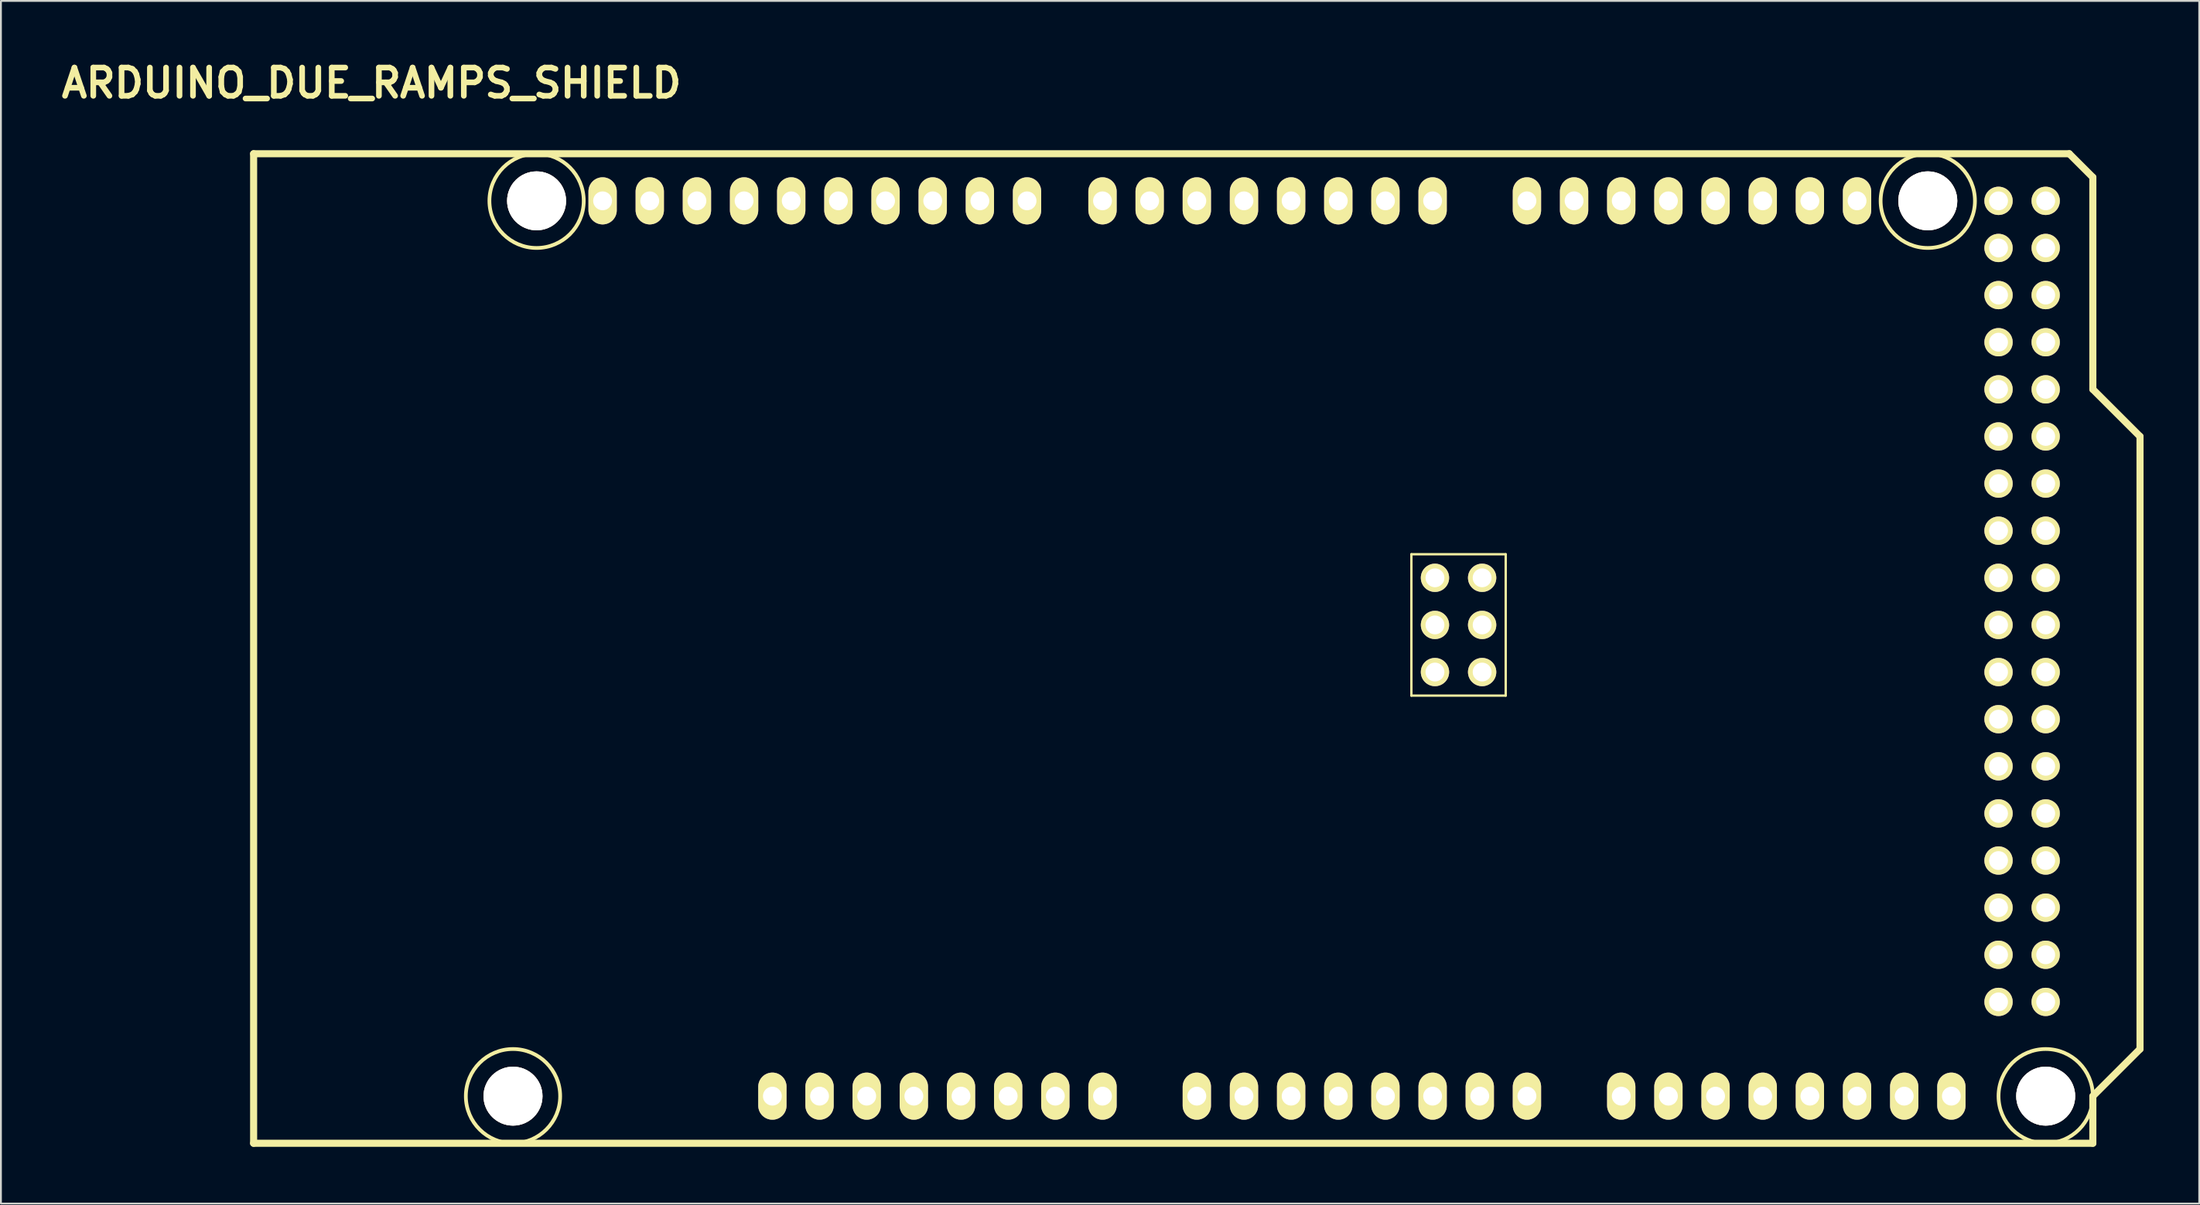
<source format=kicad_pcb>
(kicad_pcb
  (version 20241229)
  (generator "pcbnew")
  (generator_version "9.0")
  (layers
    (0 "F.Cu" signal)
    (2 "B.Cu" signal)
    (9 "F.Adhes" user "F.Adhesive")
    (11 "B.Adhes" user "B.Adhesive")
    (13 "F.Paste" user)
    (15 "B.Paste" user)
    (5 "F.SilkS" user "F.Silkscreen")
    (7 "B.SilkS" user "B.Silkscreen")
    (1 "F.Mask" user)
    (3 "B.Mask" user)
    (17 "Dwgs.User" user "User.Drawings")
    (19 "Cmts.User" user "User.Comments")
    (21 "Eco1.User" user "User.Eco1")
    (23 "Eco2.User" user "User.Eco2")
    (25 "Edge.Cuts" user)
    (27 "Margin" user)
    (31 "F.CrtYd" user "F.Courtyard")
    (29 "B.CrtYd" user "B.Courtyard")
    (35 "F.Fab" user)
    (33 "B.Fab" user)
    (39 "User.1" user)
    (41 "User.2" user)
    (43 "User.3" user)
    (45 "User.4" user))
  (footprint "ARDUINO_DUE_RAMPS_SHIELD"
    (layer "F.Cu")
    (at 10.61 58.576)
    (property "Reference" "ARDUINO_DUE_RAMPS_SHIELD" (at 6.35 -57.15 0) (layer "F.SilkS") (effects (font (size 1.524 1.524) (thickness 0.305))))
    (attr through_hole)
    (fp_line (start 0 0) (end 0 -53.34) (stroke (width 0.381) (type solid)) (layer "F.SilkS"))
    (fp_line (start 62.357 -31.75) (end 62.357 -24.13) (stroke (width 0.127) (type solid)) (layer "F.SilkS"))
    (fp_line (start 62.357 -24.13) (end 67.437 -24.13) (stroke (width 0.127) (type solid)) (layer "F.SilkS"))
    (fp_line (start 67.437 -31.75) (end 62.357 -31.75) (stroke (width 0.127) (type solid)) (layer "F.SilkS"))
    (fp_line (start 67.437 -24.13) (end 67.437 -31.75) (stroke (width 0.127) (type solid)) (layer "F.SilkS"))
    (fp_line (start 97.79 -53.34) (end 0 -53.34) (stroke (width 0.381) (type solid)) (layer "F.SilkS"))
    (fp_line (start 99.06 -52.07) (end 97.79 -53.34) (stroke (width 0.381) (type solid)) (layer "F.SilkS"))
    (fp_line (start 99.06 -40.64) (end 99.06 -52.07) (stroke (width 0.381) (type solid)) (layer "F.SilkS"))
    (fp_line (start 99.06 -40.64) (end 101.6 -38.1) (stroke (width 0.381) (type solid)) (layer "F.SilkS"))
    (fp_line (start 99.06 -2.54) (end 99.06 0) (stroke (width 0.381) (type solid)) (layer "F.SilkS"))
    (fp_line (start 99.06 0) (end 0 0) (stroke (width 0.381) (type solid)) (layer "F.SilkS"))
    (fp_line (start 101.6 -38.1) (end 101.6 -5.08) (stroke (width 0.381) (type solid)) (layer "F.SilkS"))
    (fp_line (start 101.6 -5.08) (end 99.06 -2.54) (stroke (width 0.381) (type solid)) (layer "F.SilkS"))
    (fp_circle (center 13.97 -2.54) (end 16.51 -2.54) (stroke (width 0.201) (type solid)) (fill no) (layer "F.SilkS"))
    (fp_circle (center 15.24 -50.8) (end 17.78 -50.8) (stroke (width 0.201) (type solid)) (fill no) (layer "F.SilkS"))
    (fp_circle (center 90.17 -50.8) (end 92.71 -50.8) (stroke (width 0.201) (type solid)) (fill no) (layer "F.SilkS"))
    (fp_circle (center 96.52 -2.54) (end 99.06 -2.54) (stroke (width 0.201) (type solid)) (fill no) (layer "F.SilkS"))
    (pad "" thru_hole circle (at 13.97 -2.54 90) (size 3.175 3.175) (drill 3.175) (layers "*.Cu" "*.Mask" "F.SilkS"))
    (pad "" thru_hole circle (at 15.24 -50.8) (size 3.175 3.175) (drill 3.175) (layers "*.Cu" "*.Mask" "F.SilkS"))
    (pad "" thru_hole circle (at 90.17 -50.8) (size 3.175 3.175) (drill 3.175) (layers "*.Cu" "*.Mask" "F.SilkS"))
    (pad "" thru_hole circle (at 96.52 -2.54 90) (size 3.175 3.175) (drill 3.175) (layers "*.Cu" "*.Mask" "F.SilkS"))
    (pad "0" thru_hole oval (at 63.5 -50.8 90) (size 2.54 1.524) (drill 1.016) (layers "*.Cu" "*.Mask" "F.SilkS"))
    (pad "1" thru_hole oval (at 60.96 -50.8 90) (size 2.54 1.524) (drill 1.016) (layers "*.Cu" "*.Mask" "F.SilkS"))
    (pad "2" thru_hole oval (at 58.42 -50.8 90) (size 2.54 1.524) (drill 1.016) (layers "*.Cu" "*.Mask" "F.SilkS"))
    (pad "3" thru_hole oval (at 55.88 -50.8 90) (size 2.54 1.524) (drill 1.016) (layers "*.Cu" "*.Mask" "F.SilkS"))
    (pad "3V3" thru_hole oval (at 35.56 -2.54 90) (size 2.54 1.524) (drill 1.016) (layers "*.Cu" "*.Mask" "F.SilkS"))
    (pad "4" thru_hole oval (at 53.34 -50.8 90) (size 2.54 1.524) (drill 1.016) (layers "*.Cu" "*.Mask" "F.SilkS"))
    (pad "5" thru_hole oval (at 50.8 -50.8 90) (size 2.54 1.524) (drill 1.016) (layers "*.Cu" "*.Mask" "F.SilkS"))
    (pad "5V" thru_hole oval (at 38.1 -2.54 90) (size 2.54 1.524) (drill 1.016) (layers "*.Cu" "*.Mask" "F.SilkS"))
    (pad "5V" thru_hole circle (at 66.167 -30.48) (size 1.524 1.524) (drill 1.016) (layers "*.Cu" "*.Mask" "F.SilkS"))
    (pad "5V" thru_hole circle (at 93.98 -50.8) (size 1.524 1.524) (drill 1.016) (layers "*.Cu" "*.Mask" "F.SilkS"))
    (pad "5V" thru_hole circle (at 96.52 -50.8) (size 1.524 1.524) (drill 1.016) (layers "*.Cu" "*.Mask" "F.SilkS"))
    (pad "6" thru_hole oval (at 48.26 -50.8 90) (size 2.54 1.524) (drill 1.016) (layers "*.Cu" "*.Mask" "F.SilkS"))
    (pad "7" thru_hole oval (at 45.72 -50.8 90) (size 2.54 1.524) (drill 1.016) (layers "*.Cu" "*.Mask" "F.SilkS"))
    (pad "8" thru_hole oval (at 41.656 -50.8 90) (size 2.54 1.524) (drill 1.016) (layers "*.Cu" "*.Mask" "F.SilkS"))
    (pad "9" thru_hole oval (at 39.116 -50.8 90) (size 2.54 1.524) (drill 1.016) (layers "*.Cu" "*.Mask" "F.SilkS"))
    (pad "10" thru_hole oval (at 36.576 -50.8 90) (size 2.54 1.524) (drill 1.016) (layers "*.Cu" "*.Mask" "F.SilkS"))
    (pad "11" thru_hole oval (at 34.036 -50.8 90) (size 2.54 1.524) (drill 1.016) (layers "*.Cu" "*.Mask" "F.SilkS"))
    (pad "12" thru_hole oval (at 31.496 -50.8 90) (size 2.54 1.524) (drill 1.016) (layers "*.Cu" "*.Mask" "F.SilkS"))
    (pad "13" thru_hole oval (at 28.956 -50.8 90) (size 2.54 1.524) (drill 1.016) (layers "*.Cu" "*.Mask" "F.SilkS"))
    (pad "14" thru_hole oval (at 68.58 -50.8 90) (size 2.54 1.524) (drill 1.016) (layers "*.Cu" "*.Mask" "F.SilkS"))
    (pad "15" thru_hole oval (at 71.12 -50.8 90) (size 2.54 1.524) (drill 1.016) (layers "*.Cu" "*.Mask" "F.SilkS"))
    (pad "16" thru_hole oval (at 73.66 -50.8 90) (size 2.54 1.524) (drill 1.016) (layers "*.Cu" "*.Mask" "F.SilkS"))
    (pad "17" thru_hole oval (at 76.2 -50.8 90) (size 2.54 1.524) (drill 1.016) (layers "*.Cu" "*.Mask" "F.SilkS"))
    (pad "18" thru_hole oval (at 78.74 -50.8 90) (size 2.54 1.524) (drill 1.016) (layers "*.Cu" "*.Mask" "F.SilkS"))
    (pad "19" thru_hole oval (at 81.28 -50.8 90) (size 2.54 1.524) (drill 1.016) (layers "*.Cu" "*.Mask" "F.SilkS"))
    (pad "20" thru_hole oval (at 83.82 -50.8 90) (size 2.54 1.524) (drill 1.016) (layers "*.Cu" "*.Mask" "F.SilkS"))
    (pad "21" thru_hole oval (at 86.36 -50.8 90) (size 2.54 1.524) (drill 1.016) (layers "*.Cu" "*.Mask" "F.SilkS"))
    (pad "22" thru_hole circle (at 93.98 -48.26) (size 1.524 1.524) (drill 1.016) (layers "*.Cu" "*.Mask" "F.SilkS"))
    (pad "23" thru_hole circle (at 96.52 -48.26) (size 1.524 1.524) (drill 1.016) (layers "*.Cu" "*.Mask" "F.SilkS"))
    (pad "24" thru_hole circle (at 93.98 -45.72) (size 1.524 1.524) (drill 1.016) (layers "*.Cu" "*.Mask" "F.SilkS"))
    (pad "25" thru_hole circle (at 96.52 -45.72) (size 1.524 1.524) (drill 1.016) (layers "*.Cu" "*.Mask" "F.SilkS"))
    (pad "26" thru_hole circle (at 93.98 -43.18) (size 1.524 1.524) (drill 1.016) (layers "*.Cu" "*.Mask" "F.SilkS"))
    (pad "27" thru_hole circle (at 96.52 -43.18) (size 1.524 1.524) (drill 1.016) (layers "*.Cu" "*.Mask" "F.SilkS"))
    (pad "28" thru_hole circle (at 93.98 -40.64) (size 1.524 1.524) (drill 1.016) (layers "*.Cu" "*.Mask" "F.SilkS"))
    (pad "29" thru_hole circle (at 96.52 -40.64) (size 1.524 1.524) (drill 1.016) (layers "*.Cu" "*.Mask" "F.SilkS"))
    (pad "30" thru_hole circle (at 93.98 -38.1) (size 1.524 1.524) (drill 1.016) (layers "*.Cu" "*.Mask" "F.SilkS"))
    (pad "31" thru_hole circle (at 96.52 -38.1) (size 1.524 1.524) (drill 1.016) (layers "*.Cu" "*.Mask" "F.SilkS"))
    (pad "32" thru_hole circle (at 93.98 -35.56) (size 1.524 1.524) (drill 1.016) (layers "*.Cu" "*.Mask" "F.SilkS"))
    (pad "33" thru_hole circle (at 96.52 -35.56) (size 1.524 1.524) (drill 1.016) (layers "*.Cu" "*.Mask" "F.SilkS"))
    (pad "34" thru_hole circle (at 93.98 -33.02) (size 1.524 1.524) (drill 1.016) (layers "*.Cu" "*.Mask" "F.SilkS"))
    (pad "35" thru_hole circle (at 96.52 -33.02) (size 1.524 1.524) (drill 1.016) (layers "*.Cu" "*.Mask" "F.SilkS"))
    (pad "36" thru_hole circle (at 93.98 -30.48) (size 1.524 1.524) (drill 1.016) (layers "*.Cu" "*.Mask" "F.SilkS"))
    (pad "37" thru_hole circle (at 96.52 -30.48) (size 1.524 1.524) (drill 1.016) (layers "*.Cu" "*.Mask" "F.SilkS"))
    (pad "38" thru_hole circle (at 93.98 -27.94) (size 1.524 1.524) (drill 1.016) (layers "*.Cu" "*.Mask" "F.SilkS"))
    (pad "39" thru_hole circle (at 96.52 -27.94) (size 1.524 1.524) (drill 1.016) (layers "*.Cu" "*.Mask" "F.SilkS"))
    (pad "40" thru_hole circle (at 93.98 -25.4) (size 1.524 1.524) (drill 1.016) (layers "*.Cu" "*.Mask" "F.SilkS"))
    (pad "41" thru_hole circle (at 96.52 -25.4) (size 1.524 1.524) (drill 1.016) (layers "*.Cu" "*.Mask" "F.SilkS"))
    (pad "42" thru_hole circle (at 93.98 -22.86) (size 1.524 1.524) (drill 1.016) (layers "*.Cu" "*.Mask" "F.SilkS"))
    (pad "43" thru_hole circle (at 96.52 -22.86) (size 1.524 1.524) (drill 1.016) (layers "*.Cu" "*.Mask" "F.SilkS"))
    (pad "44" thru_hole circle (at 93.98 -20.32) (size 1.524 1.524) (drill 1.016) (layers "*.Cu" "*.Mask" "F.SilkS"))
    (pad "45" thru_hole circle (at 96.52 -20.32) (size 1.524 1.524) (drill 1.016) (layers "*.Cu" "*.Mask" "F.SilkS"))
    (pad "46" thru_hole circle (at 93.98 -17.78) (size 1.524 1.524) (drill 1.016) (layers "*.Cu" "*.Mask" "F.SilkS"))
    (pad "47" thru_hole circle (at 96.52 -17.78) (size 1.524 1.524) (drill 1.016) (layers "*.Cu" "*.Mask" "F.SilkS"))
    (pad "48" thru_hole circle (at 93.98 -15.24) (size 1.524 1.524) (drill 1.016) (layers "*.Cu" "*.Mask" "F.SilkS"))
    (pad "49" thru_hole circle (at 96.52 -15.24) (size 1.524 1.524) (drill 1.016) (layers "*.Cu" "*.Mask" "F.SilkS"))
    (pad "50" thru_hole circle (at 93.98 -12.7) (size 1.524 1.524) (drill 1.016) (layers "*.Cu" "*.Mask" "F.SilkS"))
    (pad "51" thru_hole circle (at 96.52 -12.7) (size 1.524 1.524) (drill 1.016) (layers "*.Cu" "*.Mask" "F.SilkS"))
    (pad "52" thru_hole circle (at 93.98 -10.16) (size 1.524 1.524) (drill 1.016) (layers "*.Cu" "*.Mask" "F.SilkS"))
    (pad "53" thru_hole circle (at 96.52 -10.16) (size 1.524 1.524) (drill 1.016) (layers "*.Cu" "*.Mask" "F.SilkS"))
    (pad "AD0" thru_hole oval (at 50.8 -2.54 90) (size 2.54 1.524) (drill 1.016) (layers "*.Cu" "*.Mask" "F.SilkS"))
    (pad "AD1" thru_hole oval (at 53.34 -2.54 90) (size 2.54 1.524) (drill 1.016) (layers "*.Cu" "*.Mask" "F.SilkS"))
    (pad "AD2" thru_hole oval (at 55.88 -2.54 90) (size 2.54 1.524) (drill 1.016) (layers "*.Cu" "*.Mask" "F.SilkS"))
    (pad "AD3" thru_hole oval (at 58.42 -2.54 90) (size 2.54 1.524) (drill 1.016) (layers "*.Cu" "*.Mask" "F.SilkS"))
    (pad "AD4" thru_hole oval (at 60.96 -2.54 90) (size 2.54 1.524) (drill 1.016) (layers "*.Cu" "*.Mask" "F.SilkS"))
    (pad "AD5" thru_hole oval (at 63.5 -2.54 90) (size 2.54 1.524) (drill 1.016) (layers "*.Cu" "*.Mask" "F.SilkS"))
    (pad "AD6" thru_hole oval (at 66.04 -2.54 90) (size 2.54 1.524) (drill 1.016) (layers "*.Cu" "*.Mask" "F.SilkS"))
    (pad "AD7" thru_hole oval (at 68.58 -2.54 90) (size 2.54 1.524) (drill 1.016) (layers "*.Cu" "*.Mask" "F.SilkS"))
    (pad "AD8" thru_hole oval (at 73.66 -2.54 90) (size 2.54 1.524) (drill 1.016) (layers "*.Cu" "*.Mask" "F.SilkS"))
    (pad "AD9" thru_hole oval (at 76.2 -2.54 90) (size 2.54 1.524) (drill 1.016) (layers "*.Cu" "*.Mask" "F.SilkS"))
    (pad "AD10" thru_hole oval (at 78.74 -2.54 90) (size 2.54 1.524) (drill 1.016) (layers "*.Cu" "*.Mask" "F.SilkS"))
    (pad "AD11" thru_hole oval (at 81.28 -2.54 90) (size 2.54 1.524) (drill 1.016) (layers "*.Cu" "*.Mask" "F.SilkS"))
    (pad "AD12" thru_hole oval (at 83.82 -2.54 90) (size 2.54 1.524) (drill 1.016) (layers "*.Cu" "*.Mask" "F.SilkS"))
    (pad "AD13" thru_hole oval (at 86.36 -2.54 90) (size 2.54 1.524) (drill 1.016) (layers "*.Cu" "*.Mask" "F.SilkS"))
    (pad "AD14" thru_hole oval (at 88.9 -2.54 90) (size 2.54 1.524) (drill 1.016) (layers "*.Cu" "*.Mask" "F.SilkS"))
    (pad "AD15" thru_hole oval (at 91.44 -2.54 90) (size 2.54 1.524) (drill 1.016) (layers "*.Cu" "*.Mask" "F.SilkS"))
    (pad "AREF" thru_hole oval (at 23.876 -50.8 90) (size 2.54 1.524) (drill 1.016) (layers "*.Cu" "*.Mask" "F.SilkS"))
    (pad "GND" thru_hole oval (at 26.416 -50.8 90) (size 2.54 1.524) (drill 1.016) (layers "*.Cu" "*.Mask" "F.SilkS"))
    (pad "GND" thru_hole oval (at 40.64 -2.54 90) (size 2.54 1.524) (drill 1.016) (layers "*.Cu" "*.Mask" "F.SilkS"))
    (pad "GND" thru_hole oval (at 43.18 -2.54 90) (size 2.54 1.524) (drill 1.016) (layers "*.Cu" "*.Mask" "F.SilkS"))
    (pad "GND" thru_hole circle (at 66.167 -25.4) (size 1.524 1.524) (drill 1.016) (layers "*.Cu" "*.Mask" "F.SilkS"))
    (pad "GND" thru_hole circle (at 93.98 -7.62) (size 1.524 1.524) (drill 1.016) (layers "*.Cu" "*.Mask" "F.SilkS"))
    (pad "GND" thru_hole circle (at 96.52 -7.62) (size 1.524 1.524) (drill 1.016) (layers "*.Cu" "*.Mask" "F.SilkS"))
    (pad "IORF" thru_hole oval (at 30.48 -2.54 90) (size 2.54 1.524) (drill 1.016) (layers "*.Cu" "*.Mask" "F.SilkS"))
    (pad "MISO" thru_hole circle (at 63.627 -30.48) (size 1.524 1.524) (drill 1.016) (layers "*.Cu" "*.Mask" "F.SilkS"))
    (pad "MOSI" thru_hole circle (at 66.167 -27.94) (size 1.524 1.524) (drill 1.016) (layers "*.Cu" "*.Mask" "F.SilkS"))
    (pad "NC1" thru_hole oval (at 27.94 -2.54 90) (size 2.54 1.524) (drill 1.016) (layers "*.Cu" "*.Mask" "F.SilkS"))
    (pad "RST" thru_hole oval (at 33.02 -2.54 90) (size 2.54 1.524) (drill 1.016) (layers "*.Cu" "*.Mask" "F.SilkS"))
    (pad "RST2" thru_hole circle (at 63.627 -25.4) (size 1.524 1.524) (drill 1.016) (layers "*.Cu" "*.Mask" "F.SilkS"))
    (pad "SCK" thru_hole circle (at 63.627 -27.94) (size 1.524 1.524) (drill 1.016) (layers "*.Cu" "*.Mask" "F.SilkS"))
    (pad "SCL1" thru_hole oval (at 18.796 -50.8 90) (size 2.54 1.524) (drill 1.016) (layers "*.Cu" "*.Mask" "F.SilkS"))
    (pad "SDA1" thru_hole oval (at 21.336 -50.8 90) (size 2.54 1.524) (drill 1.016) (layers "*.Cu" "*.Mask" "F.SilkS"))
    (pad "V_IN" thru_hole oval (at 45.72 -2.54 90) (size 2.54 1.524) (drill 1.016) (layers "*.Cu" "*.Mask" "F.SilkS")))
  (gr_rect
    (start -3 -3)
    (end 115.4 61.826)
    (stroke (width 0.1) (type default))
    (fill no)
    (layer "Edge.Cuts")))
</source>
